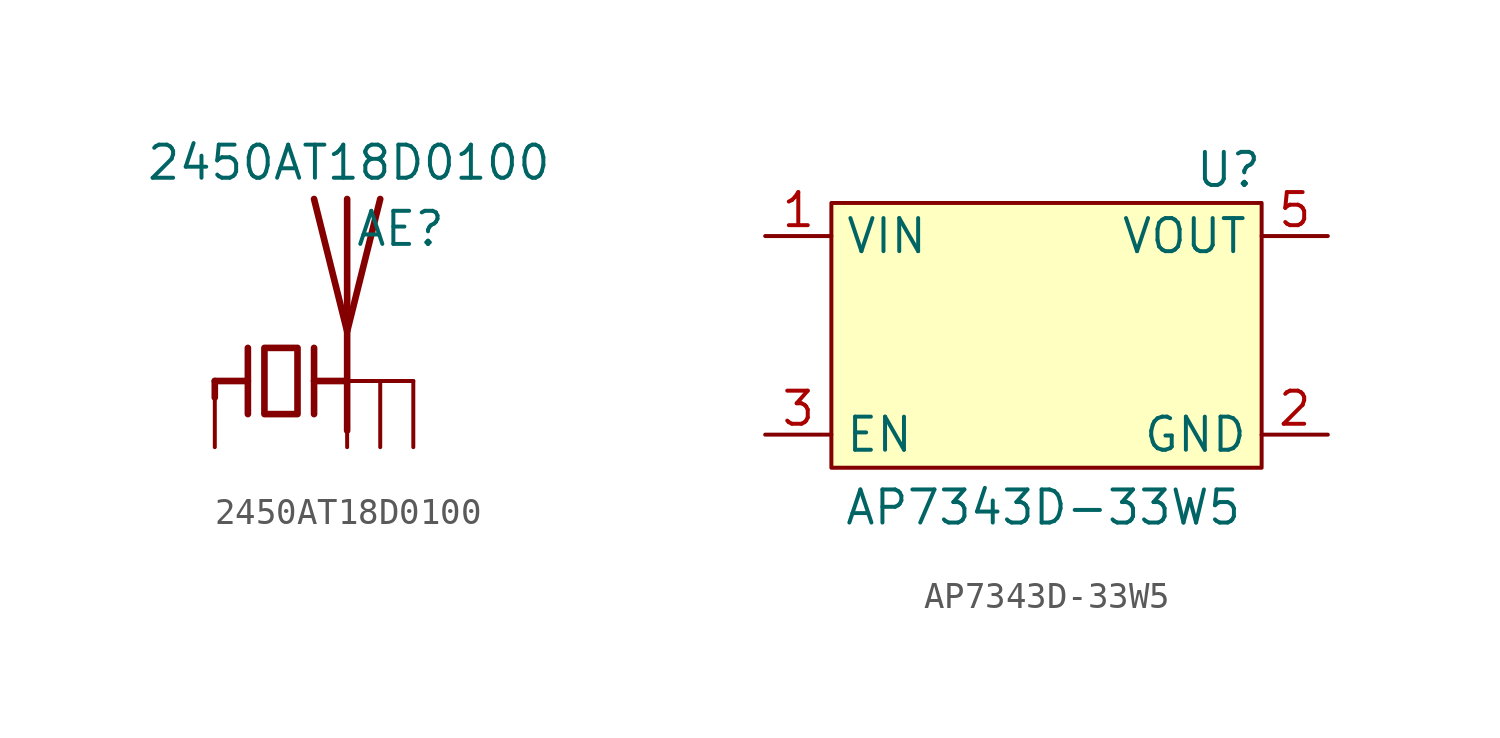
<source format=kicad_sym>
(kicad_symbol_lib
  (version 20241209)
  (generator "kicad_symbol_editor")
  (generator_version "9.0")
  (symbol "2450AT18D0100"
    (pin_numbers
      (hide yes))
    (pin_names
      (offset 1.016)
      (hide yes))
    (property "Reference" "AE"
      (at 6.35 5.842 0)
      (effects (font (size 1.27 1.27)) (justify right)))
    (property "Value" "2450AT18D0100"
      (at 10.414 8.382 0)
      (effects (font (size 1.27 1.27)) (justify right)))
    (symbol "2450AT18D0100_0_1"
      (polyline (pts (xy -2.54 0) (xy -2.54 -0.635)) (stroke (width 0.254) (type default)) (fill (type none)))
      (polyline (pts (xy -2.54 0) (xy -1.27 0)) (stroke (width 0.254) (type default)) (fill (type none)))
      (polyline (pts (xy -1.27 1.27) (xy -1.27 -1.27) (xy -1.27 0)) (stroke (width 0.254) (type default)) (fill (type none)))
      (polyline (pts (xy -0.635 1.27) (xy 0.635 1.27) (xy 0.635 -1.27) (xy -0.635 -1.27) (xy -0.635 1.27)) (stroke (width 0.254) (type default)) (fill (type none)))
      (polyline (pts (xy 1.27 1.27) (xy 1.27 -1.27)) (stroke (width 0.254) (type default)) (fill (type none)))
      (polyline (pts (xy 1.27 0) (xy 2.54 0)) (stroke (width 0.254) (type default)) (fill (type none)))
      (polyline (pts (xy 2.54 6.985) (xy 2.54 -1.905)) (stroke (width 0.254) (type default)) (fill (type none)))
      (polyline (pts (xy 2.54 0) (xy 5.08 0)) (stroke (width 0) (type default)) (fill (type none)))
      (polyline (pts (xy 2.54 -0.635) (xy 2.54 0)) (stroke (width 0) (type default)) (fill (type none)))
      (polyline (pts (xy 3.81 6.985) (xy 2.54 1.905) (xy 1.27 6.985)) (stroke (width 0.254) (type default)) (fill (type none))))
    (symbol "2450AT18D0100_1_1"
      (pin input line (at -2.54 -2.54 90) (length 2.54) (name "FEED" (effects (font (size 1.27 1.27)))) (number "1" (effects (font (size 1.27 1.27)))))
      (pin passive line (at 2.54 -2.54 90) (length 2.54) (name "2" (effects (font (size 1.27 1.27)))) (number "2" (effects (font (size 1.27 1.27)))))
      (pin passive line (at 3.81 -2.54 90) (length 2.54) (name "3" (effects (font (size 1.27 1.27)))) (number "3" (effects (font (size 1.27 1.27)))))
      (pin passive line (at 5.08 -2.54 90) (length 2.54) (name "4" (effects (font (size 1.27 1.27)))) (number "4" (effects (font (size 1.27 1.27)))))))
  (symbol "AP7343D-33W5"
    (property "Reference" "U"
      (at -1.27 1.27 0)
      (effects (font (size 1.27 1.27))))
    (property "Value" "AP7343D-33W5"
      (at -8.382 -11.684 0)
      (effects (font (size 1.27 1.27))))
    (symbol "AP7343D-33W5_1_1"
      (rectangle (start -16.51 0) (end 0 -10.16) (stroke (width 0) (type solid)) (fill (type background)))
      (pin power_in line (at -19.05 -1.27 0) (length 2.54) (name "VIN" (effects (font (size 1.27 1.27)))) (number "1" (effects (font (size 1.27 1.27)))))
      (pin input line (at -19.05 -8.89 0) (length 2.54) (name "EN" (effects (font (size 1.27 1.27)))) (number "3" (effects (font (size 1.27 1.27)))))
      (pin power_out line (at 2.54 -1.27 180) (length 2.54) (name "VOUT" (effects (font (size 1.27 1.27)))) (number "5" (effects (font (size 1.27 1.27)))))
      (pin power_in line (at 2.54 -8.89 180) (length 2.54) (name "GND" (effects (font (size 1.27 1.27)))) (number "2" (effects (font (size 1.27 1.27))))))))
</source>
